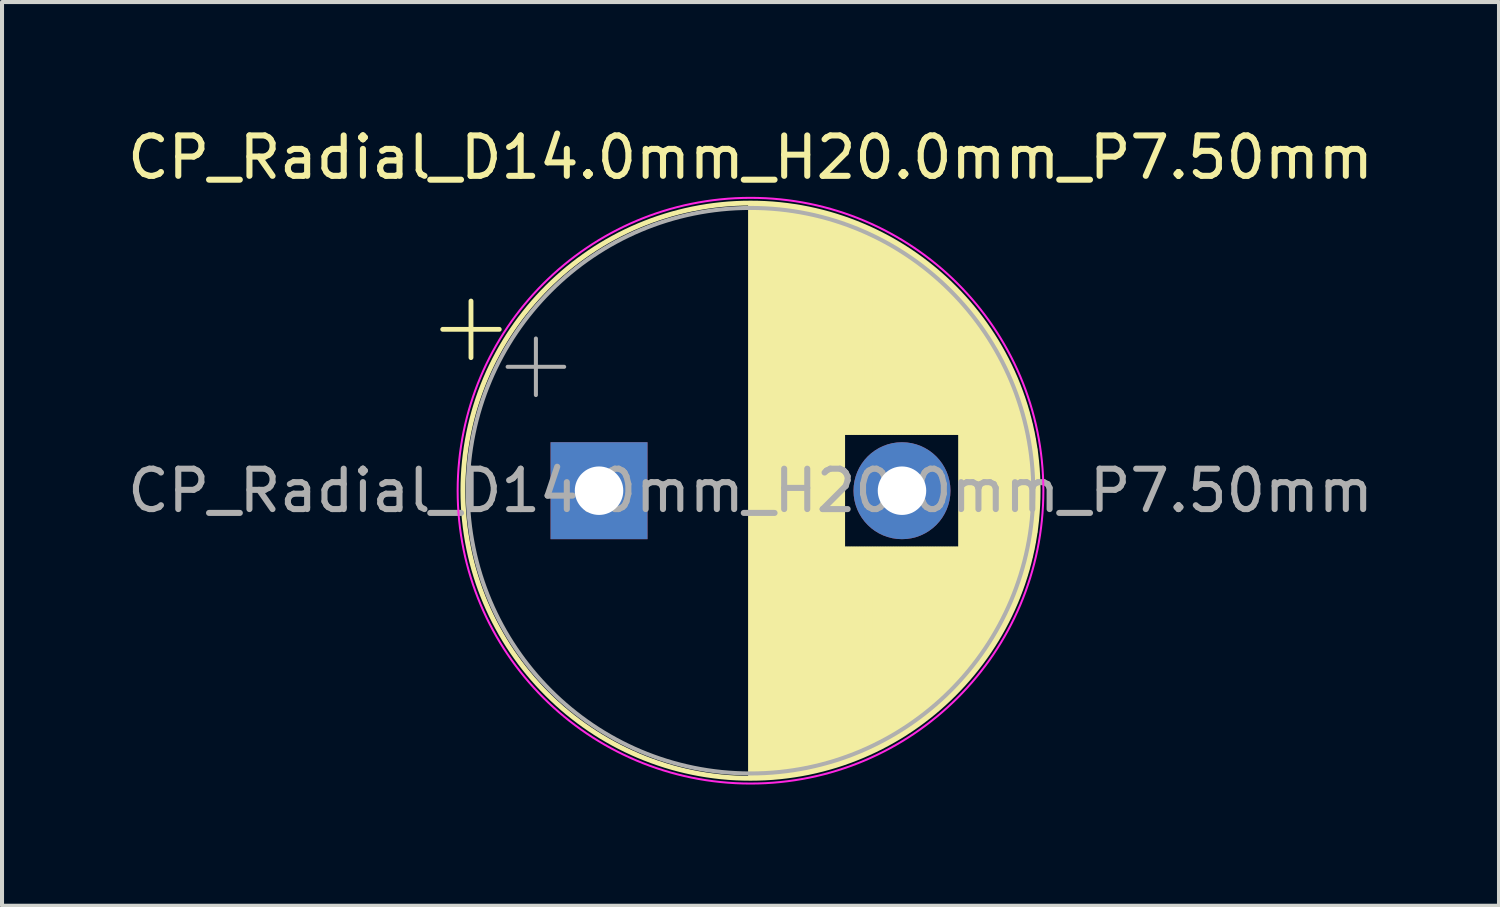
<source format=kicad_pcb>
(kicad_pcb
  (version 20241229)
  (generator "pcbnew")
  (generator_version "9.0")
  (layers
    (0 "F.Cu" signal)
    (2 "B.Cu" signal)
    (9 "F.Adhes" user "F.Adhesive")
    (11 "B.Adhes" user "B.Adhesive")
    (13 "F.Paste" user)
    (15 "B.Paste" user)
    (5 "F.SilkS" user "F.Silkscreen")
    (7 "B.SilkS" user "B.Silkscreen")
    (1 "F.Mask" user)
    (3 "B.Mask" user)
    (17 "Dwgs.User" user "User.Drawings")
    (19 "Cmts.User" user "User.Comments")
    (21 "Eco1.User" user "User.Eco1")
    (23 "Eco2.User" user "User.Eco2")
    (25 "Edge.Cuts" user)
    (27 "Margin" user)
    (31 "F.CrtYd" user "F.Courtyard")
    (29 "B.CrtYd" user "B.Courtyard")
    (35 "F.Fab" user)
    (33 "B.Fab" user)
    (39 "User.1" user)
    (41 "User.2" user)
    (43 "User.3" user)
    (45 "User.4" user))
  (footprint "CP_Radial_D14.0mm_H20.0mm_P7.50mm"
    (layer "F.Cu")
    (at 11.78 9.098)
    (property "Reference" "CP_Radial_D14.0mm_H20.0mm_P7.50mm" (at 3.75 -8.25 0) (layer "F.SilkS") (effects (font (size 1 1) (thickness 0.15))))
    (attr through_hole)
    (fp_line (start -3.87 -3.995) (end -2.47 -3.995) (stroke (width 0.12) (type solid)) (layer "F.SilkS"))
    (fp_line (start -3.17 -4.695) (end -3.17 -3.295) (stroke (width 0.12) (type solid)) (layer "F.SilkS"))
    (fp_line (start 3.75 -7.08) (end 3.75 7.08) (stroke (width 0.12) (type solid)) (layer "F.SilkS"))
    (fp_line (start 3.79 -7.08) (end 3.79 7.08) (stroke (width 0.12) (type solid)) (layer "F.SilkS"))
    (fp_line (start 3.83 -7.08) (end 3.83 7.08) (stroke (width 0.12) (type solid)) (layer "F.SilkS"))
    (fp_line (start 3.87 -7.079) (end 3.87 7.079) (stroke (width 0.12) (type solid)) (layer "F.SilkS"))
    (fp_line (start 3.91 -7.079) (end 3.91 7.079) (stroke (width 0.12) (type solid)) (layer "F.SilkS"))
    (fp_line (start 3.95 -7.078) (end 3.95 7.078) (stroke (width 0.12) (type solid)) (layer "F.SilkS"))
    (fp_line (start 3.99 -7.076) (end 3.99 7.076) (stroke (width 0.12) (type solid)) (layer "F.SilkS"))
    (fp_line (start 4.03 -7.075) (end 4.03 7.075) (stroke (width 0.12) (type solid)) (layer "F.SilkS"))
    (fp_line (start 4.07 -7.073) (end 4.07 7.073) (stroke (width 0.12) (type solid)) (layer "F.SilkS"))
    (fp_line (start 4.11 -7.071) (end 4.11 7.071) (stroke (width 0.12) (type solid)) (layer "F.SilkS"))
    (fp_line (start 4.15 -7.069) (end 4.15 7.069) (stroke (width 0.12) (type solid)) (layer "F.SilkS"))
    (fp_line (start 4.19 -7.067) (end 4.19 7.067) (stroke (width 0.12) (type solid)) (layer "F.SilkS"))
    (fp_line (start 4.23 -7.064) (end 4.23 7.064) (stroke (width 0.12) (type solid)) (layer "F.SilkS"))
    (fp_line (start 4.27 -7.061) (end 4.27 7.061) (stroke (width 0.12) (type solid)) (layer "F.SilkS"))
    (fp_line (start 4.31 -7.058) (end 4.31 7.058) (stroke (width 0.12) (type solid)) (layer "F.SilkS"))
    (fp_line (start 4.35 -7.055) (end 4.35 7.055) (stroke (width 0.12) (type solid)) (layer "F.SilkS"))
    (fp_line (start 4.39 -7.052) (end 4.39 7.052) (stroke (width 0.12) (type solid)) (layer "F.SilkS"))
    (fp_line (start 4.43 -7.048) (end 4.43 7.048) (stroke (width 0.12) (type solid)) (layer "F.SilkS"))
    (fp_line (start 4.471 -7.044) (end 4.471 7.044) (stroke (width 0.12) (type solid)) (layer "F.SilkS"))
    (fp_line (start 4.511 -7.04) (end 4.511 7.04) (stroke (width 0.12) (type solid)) (layer "F.SilkS"))
    (fp_line (start 4.551 -7.035) (end 4.551 7.035) (stroke (width 0.12) (type solid)) (layer "F.SilkS"))
    (fp_line (start 4.591 -7.031) (end 4.591 7.031) (stroke (width 0.12) (type solid)) (layer "F.SilkS"))
    (fp_line (start 4.631 -7.026) (end 4.631 7.026) (stroke (width 0.12) (type solid)) (layer "F.SilkS"))
    (fp_line (start 4.671 -7.021) (end 4.671 7.021) (stroke (width 0.12) (type solid)) (layer "F.SilkS"))
    (fp_line (start 4.711 -7.015) (end 4.711 7.015) (stroke (width 0.12) (type solid)) (layer "F.SilkS"))
    (fp_line (start 4.751 -7.01) (end 4.751 7.01) (stroke (width 0.12) (type solid)) (layer "F.SilkS"))
    (fp_line (start 4.791 -7.004) (end 4.791 7.004) (stroke (width 0.12) (type solid)) (layer "F.SilkS"))
    (fp_line (start 4.831 -6.998) (end 4.831 6.998) (stroke (width 0.12) (type solid)) (layer "F.SilkS"))
    (fp_line (start 4.871 -6.992) (end 4.871 6.992) (stroke (width 0.12) (type solid)) (layer "F.SilkS"))
    (fp_line (start 4.911 -6.985) (end 4.911 6.985) (stroke (width 0.12) (type solid)) (layer "F.SilkS"))
    (fp_line (start 4.951 -6.979) (end 4.951 6.979) (stroke (width 0.12) (type solid)) (layer "F.SilkS"))
    (fp_line (start 4.991 -6.972) (end 4.991 6.972) (stroke (width 0.12) (type solid)) (layer "F.SilkS"))
    (fp_line (start 5.031 -6.964) (end 5.031 6.964) (stroke (width 0.12) (type solid)) (layer "F.SilkS"))
    (fp_line (start 5.071 -6.957) (end 5.071 6.957) (stroke (width 0.12) (type solid)) (layer "F.SilkS"))
    (fp_line (start 5.111 -6.949) (end 5.111 6.949) (stroke (width 0.12) (type solid)) (layer "F.SilkS"))
    (fp_line (start 5.151 -6.942) (end 5.151 6.942) (stroke (width 0.12) (type solid)) (layer "F.SilkS"))
    (fp_line (start 5.191 -6.933) (end 5.191 6.933) (stroke (width 0.12) (type solid)) (layer "F.SilkS"))
    (fp_line (start 5.231 -6.925) (end 5.231 6.925) (stroke (width 0.12) (type solid)) (layer "F.SilkS"))
    (fp_line (start 5.271 -6.916) (end 5.271 6.916) (stroke (width 0.12) (type solid)) (layer "F.SilkS"))
    (fp_line (start 5.311 -6.907) (end 5.311 6.907) (stroke (width 0.12) (type solid)) (layer "F.SilkS"))
    (fp_line (start 5.351 -6.898) (end 5.351 6.898) (stroke (width 0.12) (type solid)) (layer "F.SilkS"))
    (fp_line (start 5.391 -6.889) (end 5.391 6.889) (stroke (width 0.12) (type solid)) (layer "F.SilkS"))
    (fp_line (start 5.431 -6.879) (end 5.431 6.879) (stroke (width 0.12) (type solid)) (layer "F.SilkS"))
    (fp_line (start 5.471 -6.87) (end 5.471 6.87) (stroke (width 0.12) (type solid)) (layer "F.SilkS"))
    (fp_line (start 5.511 -6.86) (end 5.511 6.86) (stroke (width 0.12) (type solid)) (layer "F.SilkS"))
    (fp_line (start 5.551 -6.849) (end 5.551 6.849) (stroke (width 0.12) (type solid)) (layer "F.SilkS"))
    (fp_line (start 5.591 -6.839) (end 5.591 6.839) (stroke (width 0.12) (type solid)) (layer "F.SilkS"))
    (fp_line (start 5.631 -6.828) (end 5.631 6.828) (stroke (width 0.12) (type solid)) (layer "F.SilkS"))
    (fp_line (start 5.671 -6.817) (end 5.671 6.817) (stroke (width 0.12) (type solid)) (layer "F.SilkS"))
    (fp_line (start 5.711 -6.805) (end 5.711 6.805) (stroke (width 0.12) (type solid)) (layer "F.SilkS"))
    (fp_line (start 5.751 -6.794) (end 5.751 6.794) (stroke (width 0.12) (type solid)) (layer "F.SilkS"))
    (fp_line (start 5.791 -6.782) (end 5.791 6.782) (stroke (width 0.12) (type solid)) (layer "F.SilkS"))
    (fp_line (start 5.831 -6.77) (end 5.831 6.77) (stroke (width 0.12) (type solid)) (layer "F.SilkS"))
    (fp_line (start 5.871 -6.758) (end 5.871 6.758) (stroke (width 0.12) (type solid)) (layer "F.SilkS"))
    (fp_line (start 5.911 -6.745) (end 5.911 6.745) (stroke (width 0.12) (type solid)) (layer "F.SilkS"))
    (fp_line (start 5.951 -6.732) (end 5.951 6.732) (stroke (width 0.12) (type solid)) (layer "F.SilkS"))
    (fp_line (start 5.991 -6.719) (end 5.991 6.719) (stroke (width 0.12) (type solid)) (layer "F.SilkS"))
    (fp_line (start 6.031 -6.706) (end 6.031 6.706) (stroke (width 0.12) (type solid)) (layer "F.SilkS"))
    (fp_line (start 6.071 -6.692) (end 6.071 -1.44) (stroke (width 0.12) (type solid)) (layer "F.SilkS"))
    (fp_line (start 6.071 1.44) (end 6.071 6.692) (stroke (width 0.12) (type solid)) (layer "F.SilkS"))
    (fp_line (start 6.111 -6.678) (end 6.111 -1.44) (stroke (width 0.12) (type solid)) (layer "F.SilkS"))
    (fp_line (start 6.111 1.44) (end 6.111 6.678) (stroke (width 0.12) (type solid)) (layer "F.SilkS"))
    (fp_line (start 6.151 -6.664) (end 6.151 -1.44) (stroke (width 0.12) (type solid)) (layer "F.SilkS"))
    (fp_line (start 6.151 1.44) (end 6.151 6.664) (stroke (width 0.12) (type solid)) (layer "F.SilkS"))
    (fp_line (start 6.191 -6.649) (end 6.191 -1.44) (stroke (width 0.12) (type solid)) (layer "F.SilkS"))
    (fp_line (start 6.191 1.44) (end 6.191 6.649) (stroke (width 0.12) (type solid)) (layer "F.SilkS"))
    (fp_line (start 6.231 -6.635) (end 6.231 -1.44) (stroke (width 0.12) (type solid)) (layer "F.SilkS"))
    (fp_line (start 6.231 1.44) (end 6.231 6.635) (stroke (width 0.12) (type solid)) (layer "F.SilkS"))
    (fp_line (start 6.271 -6.62) (end 6.271 -1.44) (stroke (width 0.12) (type solid)) (layer "F.SilkS"))
    (fp_line (start 6.271 1.44) (end 6.271 6.62) (stroke (width 0.12) (type solid)) (layer "F.SilkS"))
    (fp_line (start 6.311 -6.604) (end 6.311 -1.44) (stroke (width 0.12) (type solid)) (layer "F.SilkS"))
    (fp_line (start 6.311 1.44) (end 6.311 6.604) (stroke (width 0.12) (type solid)) (layer "F.SilkS"))
    (fp_line (start 6.351 -6.589) (end 6.351 -1.44) (stroke (width 0.12) (type solid)) (layer "F.SilkS"))
    (fp_line (start 6.351 1.44) (end 6.351 6.589) (stroke (width 0.12) (type solid)) (layer "F.SilkS"))
    (fp_line (start 6.391 -6.573) (end 6.391 -1.44) (stroke (width 0.12) (type solid)) (layer "F.SilkS"))
    (fp_line (start 6.391 1.44) (end 6.391 6.573) (stroke (width 0.12) (type solid)) (layer "F.SilkS"))
    (fp_line (start 6.431 -6.557) (end 6.431 -1.44) (stroke (width 0.12) (type solid)) (layer "F.SilkS"))
    (fp_line (start 6.431 1.44) (end 6.431 6.557) (stroke (width 0.12) (type solid)) (layer "F.SilkS"))
    (fp_line (start 6.471 -6.54) (end 6.471 -1.44) (stroke (width 0.12) (type solid)) (layer "F.SilkS"))
    (fp_line (start 6.471 1.44) (end 6.471 6.54) (stroke (width 0.12) (type solid)) (layer "F.SilkS"))
    (fp_line (start 6.511 -6.524) (end 6.511 -1.44) (stroke (width 0.12) (type solid)) (layer "F.SilkS"))
    (fp_line (start 6.511 1.44) (end 6.511 6.524) (stroke (width 0.12) (type solid)) (layer "F.SilkS"))
    (fp_line (start 6.551 -6.507) (end 6.551 -1.44) (stroke (width 0.12) (type solid)) (layer "F.SilkS"))
    (fp_line (start 6.551 1.44) (end 6.551 6.507) (stroke (width 0.12) (type solid)) (layer "F.SilkS"))
    (fp_line (start 6.591 -6.49) (end 6.591 -1.44) (stroke (width 0.12) (type solid)) (layer "F.SilkS"))
    (fp_line (start 6.591 1.44) (end 6.591 6.49) (stroke (width 0.12) (type solid)) (layer "F.SilkS"))
    (fp_line (start 6.631 -6.472) (end 6.631 -1.44) (stroke (width 0.12) (type solid)) (layer "F.SilkS"))
    (fp_line (start 6.631 1.44) (end 6.631 6.472) (stroke (width 0.12) (type solid)) (layer "F.SilkS"))
    (fp_line (start 6.671 -6.454) (end 6.671 -1.44) (stroke (width 0.12) (type solid)) (layer "F.SilkS"))
    (fp_line (start 6.671 1.44) (end 6.671 6.454) (stroke (width 0.12) (type solid)) (layer "F.SilkS"))
    (fp_line (start 6.711 -6.436) (end 6.711 -1.44) (stroke (width 0.12) (type solid)) (layer "F.SilkS"))
    (fp_line (start 6.711 1.44) (end 6.711 6.436) (stroke (width 0.12) (type solid)) (layer "F.SilkS"))
    (fp_line (start 6.751 -6.418) (end 6.751 -1.44) (stroke (width 0.12) (type solid)) (layer "F.SilkS"))
    (fp_line (start 6.751 1.44) (end 6.751 6.418) (stroke (width 0.12) (type solid)) (layer "F.SilkS"))
    (fp_line (start 6.791 -6.399) (end 6.791 -1.44) (stroke (width 0.12) (type solid)) (layer "F.SilkS"))
    (fp_line (start 6.791 1.44) (end 6.791 6.399) (stroke (width 0.12) (type solid)) (layer "F.SilkS"))
    (fp_line (start 6.831 -6.38) (end 6.831 -1.44) (stroke (width 0.12) (type solid)) (layer "F.SilkS"))
    (fp_line (start 6.831 1.44) (end 6.831 6.38) (stroke (width 0.12) (type solid)) (layer "F.SilkS"))
    (fp_line (start 6.871 -6.36) (end 6.871 -1.44) (stroke (width 0.12) (type solid)) (layer "F.SilkS"))
    (fp_line (start 6.871 1.44) (end 6.871 6.36) (stroke (width 0.12) (type solid)) (layer "F.SilkS"))
    (fp_line (start 6.911 -6.341) (end 6.911 -1.44) (stroke (width 0.12) (type solid)) (layer "F.SilkS"))
    (fp_line (start 6.911 1.44) (end 6.911 6.341) (stroke (width 0.12) (type solid)) (layer "F.SilkS"))
    (fp_line (start 6.951 -6.321) (end 6.951 -1.44) (stroke (width 0.12) (type solid)) (layer "F.SilkS"))
    (fp_line (start 6.951 1.44) (end 6.951 6.321) (stroke (width 0.12) (type solid)) (layer "F.SilkS"))
    (fp_line (start 6.991 -6.301) (end 6.991 -1.44) (stroke (width 0.12) (type solid)) (layer "F.SilkS"))
    (fp_line (start 6.991 1.44) (end 6.991 6.301) (stroke (width 0.12) (type solid)) (layer "F.SilkS"))
    (fp_line (start 7.031 -6.28) (end 7.031 -1.44) (stroke (width 0.12) (type solid)) (layer "F.SilkS"))
    (fp_line (start 7.031 1.44) (end 7.031 6.28) (stroke (width 0.12) (type solid)) (layer "F.SilkS"))
    (fp_line (start 7.071 -6.259) (end 7.071 -1.44) (stroke (width 0.12) (type solid)) (layer "F.SilkS"))
    (fp_line (start 7.071 1.44) (end 7.071 6.259) (stroke (width 0.12) (type solid)) (layer "F.SilkS"))
    (fp_line (start 7.111 -6.238) (end 7.111 -1.44) (stroke (width 0.12) (type solid)) (layer "F.SilkS"))
    (fp_line (start 7.111 1.44) (end 7.111 6.238) (stroke (width 0.12) (type solid)) (layer "F.SilkS"))
    (fp_line (start 7.151 -6.216) (end 7.151 -1.44) (stroke (width 0.12) (type solid)) (layer "F.SilkS"))
    (fp_line (start 7.151 1.44) (end 7.151 6.216) (stroke (width 0.12) (type solid)) (layer "F.SilkS"))
    (fp_line (start 7.191 -6.194) (end 7.191 -1.44) (stroke (width 0.12) (type solid)) (layer "F.SilkS"))
    (fp_line (start 7.191 1.44) (end 7.191 6.194) (stroke (width 0.12) (type solid)) (layer "F.SilkS"))
    (fp_line (start 7.231 -6.172) (end 7.231 -1.44) (stroke (width 0.12) (type solid)) (layer "F.SilkS"))
    (fp_line (start 7.231 1.44) (end 7.231 6.172) (stroke (width 0.12) (type solid)) (layer "F.SilkS"))
    (fp_line (start 7.271 -6.15) (end 7.271 -1.44) (stroke (width 0.12) (type solid)) (layer "F.SilkS"))
    (fp_line (start 7.271 1.44) (end 7.271 6.15) (stroke (width 0.12) (type solid)) (layer "F.SilkS"))
    (fp_line (start 7.311 -6.127) (end 7.311 -1.44) (stroke (width 0.12) (type solid)) (layer "F.SilkS"))
    (fp_line (start 7.311 1.44) (end 7.311 6.127) (stroke (width 0.12) (type solid)) (layer "F.SilkS"))
    (fp_line (start 7.351 -6.103) (end 7.351 -1.44) (stroke (width 0.12) (type solid)) (layer "F.SilkS"))
    (fp_line (start 7.351 1.44) (end 7.351 6.103) (stroke (width 0.12) (type solid)) (layer "F.SilkS"))
    (fp_line (start 7.391 -6.08) (end 7.391 -1.44) (stroke (width 0.12) (type solid)) (layer "F.SilkS"))
    (fp_line (start 7.391 1.44) (end 7.391 6.08) (stroke (width 0.12) (type solid)) (layer "F.SilkS"))
    (fp_line (start 7.431 -6.056) (end 7.431 -1.44) (stroke (width 0.12) (type solid)) (layer "F.SilkS"))
    (fp_line (start 7.431 1.44) (end 7.431 6.056) (stroke (width 0.12) (type solid)) (layer "F.SilkS"))
    (fp_line (start 7.471 -6.031) (end 7.471 -1.44) (stroke (width 0.12) (type solid)) (layer "F.SilkS"))
    (fp_line (start 7.471 1.44) (end 7.471 6.031) (stroke (width 0.12) (type solid)) (layer "F.SilkS"))
    (fp_line (start 7.511 -6.007) (end 7.511 -1.44) (stroke (width 0.12) (type solid)) (layer "F.SilkS"))
    (fp_line (start 7.511 1.44) (end 7.511 6.007) (stroke (width 0.12) (type solid)) (layer "F.SilkS"))
    (fp_line (start 7.551 -5.982) (end 7.551 -1.44) (stroke (width 0.12) (type solid)) (layer "F.SilkS"))
    (fp_line (start 7.551 1.44) (end 7.551 5.982) (stroke (width 0.12) (type solid)) (layer "F.SilkS"))
    (fp_line (start 7.591 -5.956) (end 7.591 -1.44) (stroke (width 0.12) (type solid)) (layer "F.SilkS"))
    (fp_line (start 7.591 1.44) (end 7.591 5.956) (stroke (width 0.12) (type solid)) (layer "F.SilkS"))
    (fp_line (start 7.631 -5.93) (end 7.631 -1.44) (stroke (width 0.12) (type solid)) (layer "F.SilkS"))
    (fp_line (start 7.631 1.44) (end 7.631 5.93) (stroke (width 0.12) (type solid)) (layer "F.SilkS"))
    (fp_line (start 7.671 -5.904) (end 7.671 -1.44) (stroke (width 0.12) (type solid)) (layer "F.SilkS"))
    (fp_line (start 7.671 1.44) (end 7.671 5.904) (stroke (width 0.12) (type solid)) (layer "F.SilkS"))
    (fp_line (start 7.711 -5.878) (end 7.711 -1.44) (stroke (width 0.12) (type solid)) (layer "F.SilkS"))
    (fp_line (start 7.711 1.44) (end 7.711 5.878) (stroke (width 0.12) (type solid)) (layer "F.SilkS"))
    (fp_line (start 7.751 -5.851) (end 7.751 -1.44) (stroke (width 0.12) (type solid)) (layer "F.SilkS"))
    (fp_line (start 7.751 1.44) (end 7.751 5.851) (stroke (width 0.12) (type solid)) (layer "F.SilkS"))
    (fp_line (start 7.791 -5.823) (end 7.791 -1.44) (stroke (width 0.12) (type solid)) (layer "F.SilkS"))
    (fp_line (start 7.791 1.44) (end 7.791 5.823) (stroke (width 0.12) (type solid)) (layer "F.SilkS"))
    (fp_line (start 7.831 -5.796) (end 7.831 -1.44) (stroke (width 0.12) (type solid)) (layer "F.SilkS"))
    (fp_line (start 7.831 1.44) (end 7.831 5.796) (stroke (width 0.12) (type solid)) (layer "F.SilkS"))
    (fp_line (start 7.871 -5.767) (end 7.871 -1.44) (stroke (width 0.12) (type solid)) (layer "F.SilkS"))
    (fp_line (start 7.871 1.44) (end 7.871 5.767) (stroke (width 0.12) (type solid)) (layer "F.SilkS"))
    (fp_line (start 7.911 -5.739) (end 7.911 -1.44) (stroke (width 0.12) (type solid)) (layer "F.SilkS"))
    (fp_line (start 7.911 1.44) (end 7.911 5.739) (stroke (width 0.12) (type solid)) (layer "F.SilkS"))
    (fp_line (start 7.951 -5.71) (end 7.951 -1.44) (stroke (width 0.12) (type solid)) (layer "F.SilkS"))
    (fp_line (start 7.951 1.44) (end 7.951 5.71) (stroke (width 0.12) (type solid)) (layer "F.SilkS"))
    (fp_line (start 7.991 -5.68) (end 7.991 -1.44) (stroke (width 0.12) (type solid)) (layer "F.SilkS"))
    (fp_line (start 7.991 1.44) (end 7.991 5.68) (stroke (width 0.12) (type solid)) (layer "F.SilkS"))
    (fp_line (start 8.031 -5.65) (end 8.031 -1.44) (stroke (width 0.12) (type solid)) (layer "F.SilkS"))
    (fp_line (start 8.031 1.44) (end 8.031 5.65) (stroke (width 0.12) (type solid)) (layer "F.SilkS"))
    (fp_line (start 8.071 -5.62) (end 8.071 -1.44) (stroke (width 0.12) (type solid)) (layer "F.SilkS"))
    (fp_line (start 8.071 1.44) (end 8.071 5.62) (stroke (width 0.12) (type solid)) (layer "F.SilkS"))
    (fp_line (start 8.111 -5.589) (end 8.111 -1.44) (stroke (width 0.12) (type solid)) (layer "F.SilkS"))
    (fp_line (start 8.111 1.44) (end 8.111 5.589) (stroke (width 0.12) (type solid)) (layer "F.SilkS"))
    (fp_line (start 8.151 -5.558) (end 8.151 -1.44) (stroke (width 0.12) (type solid)) (layer "F.SilkS"))
    (fp_line (start 8.151 1.44) (end 8.151 5.558) (stroke (width 0.12) (type solid)) (layer "F.SilkS"))
    (fp_line (start 8.191 -5.527) (end 8.191 -1.44) (stroke (width 0.12) (type solid)) (layer "F.SilkS"))
    (fp_line (start 8.191 1.44) (end 8.191 5.527) (stroke (width 0.12) (type solid)) (layer "F.SilkS"))
    (fp_line (start 8.231 -5.494) (end 8.231 -1.44) (stroke (width 0.12) (type solid)) (layer "F.SilkS"))
    (fp_line (start 8.231 1.44) (end 8.231 5.494) (stroke (width 0.12) (type solid)) (layer "F.SilkS"))
    (fp_line (start 8.271 -5.462) (end 8.271 -1.44) (stroke (width 0.12) (type solid)) (layer "F.SilkS"))
    (fp_line (start 8.271 1.44) (end 8.271 5.462) (stroke (width 0.12) (type solid)) (layer "F.SilkS"))
    (fp_line (start 8.311 -5.429) (end 8.311 -1.44) (stroke (width 0.12) (type solid)) (layer "F.SilkS"))
    (fp_line (start 8.311 1.44) (end 8.311 5.429) (stroke (width 0.12) (type solid)) (layer "F.SilkS"))
    (fp_line (start 8.351 -5.395) (end 8.351 -1.44) (stroke (width 0.12) (type solid)) (layer "F.SilkS"))
    (fp_line (start 8.351 1.44) (end 8.351 5.395) (stroke (width 0.12) (type solid)) (layer "F.SilkS"))
    (fp_line (start 8.391 -5.361) (end 8.391 -1.44) (stroke (width 0.12) (type solid)) (layer "F.SilkS"))
    (fp_line (start 8.391 1.44) (end 8.391 5.361) (stroke (width 0.12) (type solid)) (layer "F.SilkS"))
    (fp_line (start 8.431 -5.326) (end 8.431 -1.44) (stroke (width 0.12) (type solid)) (layer "F.SilkS"))
    (fp_line (start 8.431 1.44) (end 8.431 5.326) (stroke (width 0.12) (type solid)) (layer "F.SilkS"))
    (fp_line (start 8.471 -5.291) (end 8.471 -1.44) (stroke (width 0.12) (type solid)) (layer "F.SilkS"))
    (fp_line (start 8.471 1.44) (end 8.471 5.291) (stroke (width 0.12) (type solid)) (layer "F.SilkS"))
    (fp_line (start 8.511 -5.255) (end 8.511 -1.44) (stroke (width 0.12) (type solid)) (layer "F.SilkS"))
    (fp_line (start 8.511 1.44) (end 8.511 5.255) (stroke (width 0.12) (type solid)) (layer "F.SilkS"))
    (fp_line (start 8.551 -5.219) (end 8.551 -1.44) (stroke (width 0.12) (type solid)) (layer "F.SilkS"))
    (fp_line (start 8.551 1.44) (end 8.551 5.219) (stroke (width 0.12) (type solid)) (layer "F.SilkS"))
    (fp_line (start 8.591 -5.182) (end 8.591 -1.44) (stroke (width 0.12) (type solid)) (layer "F.SilkS"))
    (fp_line (start 8.591 1.44) (end 8.591 5.182) (stroke (width 0.12) (type solid)) (layer "F.SilkS"))
    (fp_line (start 8.631 -5.145) (end 8.631 -1.44) (stroke (width 0.12) (type solid)) (layer "F.SilkS"))
    (fp_line (start 8.631 1.44) (end 8.631 5.145) (stroke (width 0.12) (type solid)) (layer "F.SilkS"))
    (fp_line (start 8.671 -5.107) (end 8.671 -1.44) (stroke (width 0.12) (type solid)) (layer "F.SilkS"))
    (fp_line (start 8.671 1.44) (end 8.671 5.107) (stroke (width 0.12) (type solid)) (layer "F.SilkS"))
    (fp_line (start 8.711 -5.069) (end 8.711 -1.44) (stroke (width 0.12) (type solid)) (layer "F.SilkS"))
    (fp_line (start 8.711 1.44) (end 8.711 5.069) (stroke (width 0.12) (type solid)) (layer "F.SilkS"))
    (fp_line (start 8.751 -5.029) (end 8.751 -1.44) (stroke (width 0.12) (type solid)) (layer "F.SilkS"))
    (fp_line (start 8.751 1.44) (end 8.751 5.029) (stroke (width 0.12) (type solid)) (layer "F.SilkS"))
    (fp_line (start 8.791 -4.99) (end 8.791 -1.44) (stroke (width 0.12) (type solid)) (layer "F.SilkS"))
    (fp_line (start 8.791 1.44) (end 8.791 4.99) (stroke (width 0.12) (type solid)) (layer "F.SilkS"))
    (fp_line (start 8.831 -4.949) (end 8.831 -1.44) (stroke (width 0.12) (type solid)) (layer "F.SilkS"))
    (fp_line (start 8.831 1.44) (end 8.831 4.949) (stroke (width 0.12) (type solid)) (layer "F.SilkS"))
    (fp_line (start 8.871 -4.908) (end 8.871 -1.44) (stroke (width 0.12) (type solid)) (layer "F.SilkS"))
    (fp_line (start 8.871 1.44) (end 8.871 4.908) (stroke (width 0.12) (type solid)) (layer "F.SilkS"))
    (fp_line (start 8.911 -4.866) (end 8.911 -1.44) (stroke (width 0.12) (type solid)) (layer "F.SilkS"))
    (fp_line (start 8.911 1.44) (end 8.911 4.866) (stroke (width 0.12) (type solid)) (layer "F.SilkS"))
    (fp_line (start 8.951 -4.824) (end 8.951 4.824) (stroke (width 0.12) (type solid)) (layer "F.SilkS"))
    (fp_line (start 8.991 -4.781) (end 8.991 4.781) (stroke (width 0.12) (type solid)) (layer "F.SilkS"))
    (fp_line (start 9.031 -4.737) (end 9.031 4.737) (stroke (width 0.12) (type solid)) (layer "F.SilkS"))
    (fp_line (start 9.071 -4.693) (end 9.071 4.693) (stroke (width 0.12) (type solid)) (layer "F.SilkS"))
    (fp_line (start 9.111 -4.647) (end 9.111 4.647) (stroke (width 0.12) (type solid)) (layer "F.SilkS"))
    (fp_line (start 9.151 -4.601) (end 9.151 4.601) (stroke (width 0.12) (type solid)) (layer "F.SilkS"))
    (fp_line (start 9.191 -4.554) (end 9.191 4.554) (stroke (width 0.12) (type solid)) (layer "F.SilkS"))
    (fp_line (start 9.231 -4.506) (end 9.231 4.506) (stroke (width 0.12) (type solid)) (layer "F.SilkS"))
    (fp_line (start 9.271 -4.458) (end 9.271 4.458) (stroke (width 0.12) (type solid)) (layer "F.SilkS"))
    (fp_line (start 9.311 -4.408) (end 9.311 4.408) (stroke (width 0.12) (type solid)) (layer "F.SilkS"))
    (fp_line (start 9.351 -4.358) (end 9.351 4.358) (stroke (width 0.12) (type solid)) (layer "F.SilkS"))
    (fp_line (start 9.391 -4.306) (end 9.391 4.306) (stroke (width 0.12) (type solid)) (layer "F.SilkS"))
    (fp_line (start 9.431 -4.254) (end 9.431 4.254) (stroke (width 0.12) (type solid)) (layer "F.SilkS"))
    (fp_line (start 9.471 -4.2) (end 9.471 4.2) (stroke (width 0.12) (type solid)) (layer "F.SilkS"))
    (fp_line (start 9.511 -4.146) (end 9.511 4.146) (stroke (width 0.12) (type solid)) (layer "F.SilkS"))
    (fp_line (start 9.551 -4.09) (end 9.551 4.09) (stroke (width 0.12) (type solid)) (layer "F.SilkS"))
    (fp_line (start 9.591 -4.033) (end 9.591 4.033) (stroke (width 0.12) (type solid)) (layer "F.SilkS"))
    (fp_line (start 9.631 -3.975) (end 9.631 3.975) (stroke (width 0.12) (type solid)) (layer "F.SilkS"))
    (fp_line (start 9.671 -3.916) (end 9.671 3.916) (stroke (width 0.12) (type solid)) (layer "F.SilkS"))
    (fp_line (start 9.711 -3.856) (end 9.711 3.856) (stroke (width 0.12) (type solid)) (layer "F.SilkS"))
    (fp_line (start 9.751 -3.794) (end 9.751 3.794) (stroke (width 0.12) (type solid)) (layer "F.SilkS"))
    (fp_line (start 9.791 -3.73) (end 9.791 3.73) (stroke (width 0.12) (type solid)) (layer "F.SilkS"))
    (fp_line (start 9.831 -3.666) (end 9.831 3.666) (stroke (width 0.12) (type solid)) (layer "F.SilkS"))
    (fp_line (start 9.871 -3.599) (end 9.871 3.599) (stroke (width 0.12) (type solid)) (layer "F.SilkS"))
    (fp_line (start 9.911 -3.531) (end 9.911 3.531) (stroke (width 0.12) (type solid)) (layer "F.SilkS"))
    (fp_line (start 9.951 -3.461) (end 9.951 3.461) (stroke (width 0.12) (type solid)) (layer "F.SilkS"))
    (fp_line (start 9.991 -3.389) (end 9.991 3.389) (stroke (width 0.12) (type solid)) (layer "F.SilkS"))
    (fp_line (start 10.031 -3.315) (end 10.031 3.315) (stroke (width 0.12) (type solid)) (layer "F.SilkS"))
    (fp_line (start 10.071 -3.24) (end 10.071 3.24) (stroke (width 0.12) (type solid)) (layer "F.SilkS"))
    (fp_line (start 10.111 -3.161) (end 10.111 3.161) (stroke (width 0.12) (type solid)) (layer "F.SilkS"))
    (fp_line (start 10.151 -3.08) (end 10.151 3.08) (stroke (width 0.12) (type solid)) (layer "F.SilkS"))
    (fp_line (start 10.191 -2.997) (end 10.191 2.997) (stroke (width 0.12) (type solid)) (layer "F.SilkS"))
    (fp_line (start 10.231 -2.911) (end 10.231 2.911) (stroke (width 0.12) (type solid)) (layer "F.SilkS"))
    (fp_line (start 10.271 -2.821) (end 10.271 2.821) (stroke (width 0.12) (type solid)) (layer "F.SilkS"))
    (fp_line (start 10.311 -2.728) (end 10.311 2.728) (stroke (width 0.12) (type solid)) (layer "F.SilkS"))
    (fp_line (start 10.351 -2.632) (end 10.351 2.632) (stroke (width 0.12) (type solid)) (layer "F.SilkS"))
    (fp_line (start 10.391 -2.53) (end 10.391 2.53) (stroke (width 0.12) (type solid)) (layer "F.SilkS"))
    (fp_line (start 10.431 -2.425) (end 10.431 2.425) (stroke (width 0.12) (type solid)) (layer "F.SilkS"))
    (fp_line (start 10.471 -2.313) (end 10.471 2.313) (stroke (width 0.12) (type solid)) (layer "F.SilkS"))
    (fp_line (start 10.511 -2.196) (end 10.511 2.196) (stroke (width 0.12) (type solid)) (layer "F.SilkS"))
    (fp_line (start 10.551 -2.071) (end 10.551 2.071) (stroke (width 0.12) (type solid)) (layer "F.SilkS"))
    (fp_line (start 10.591 -1.938) (end 10.591 1.938) (stroke (width 0.12) (type solid)) (layer "F.SilkS"))
    (fp_line (start 10.631 -1.794) (end 10.631 1.794) (stroke (width 0.12) (type solid)) (layer "F.SilkS"))
    (fp_line (start 10.671 -1.636) (end 10.671 1.636) (stroke (width 0.12) (type solid)) (layer "F.SilkS"))
    (fp_line (start 10.711 -1.461) (end 10.711 1.461) (stroke (width 0.12) (type solid)) (layer "F.SilkS"))
    (fp_line (start 10.751 -1.262) (end 10.751 1.262) (stroke (width 0.12) (type solid)) (layer "F.SilkS"))
    (fp_line (start 10.791 -1.025) (end 10.791 1.025) (stroke (width 0.12) (type solid)) (layer "F.SilkS"))
    (fp_line (start 10.831 -0.714) (end 10.831 0.714) (stroke (width 0.12) (type solid)) (layer "F.SilkS"))
    (fp_circle (center 3.75 0) (end 10.87 0) (stroke (width 0.12) (type solid)) (fill no) (layer "F.SilkS"))
    (fp_circle (center 3.75 0) (end 11 0) (stroke (width 0.05) (type solid)) (fill no) (layer "F.CrtYd"))
    (fp_line (start -2.263 -3.067) (end -0.863 -3.067) (stroke (width 0.1) (type solid)) (layer "F.Fab"))
    (fp_line (start -1.563 -3.768) (end -1.563 -2.368) (stroke (width 0.1) (type solid)) (layer "F.Fab"))
    (fp_circle (center 3.75 0) (end 10.75 0) (stroke (width 0.1) (type solid)) (fill no) (layer "F.Fab"))
    (fp_text user "${REFERENCE}" (at 3.75 0 0) (layer "F.Fab") (effects (font (size 1 1) (thickness 0.15))))
    (pad "1" thru_hole rect (at 0 0) (size 2.4 2.4) (drill 1.2) (layers "*.Cu" "*.Mask"))
    (pad "2" thru_hole circle (at 7.5 0) (size 2.4 2.4) (drill 1.2) (layers "*.Cu" "*.Mask")))
  (gr_rect
    (start -3 -3)
    (end 34.06 19.373)
    (stroke (width 0.1) (type default))
    (fill no)
    (layer "Edge.Cuts")))
</source>
